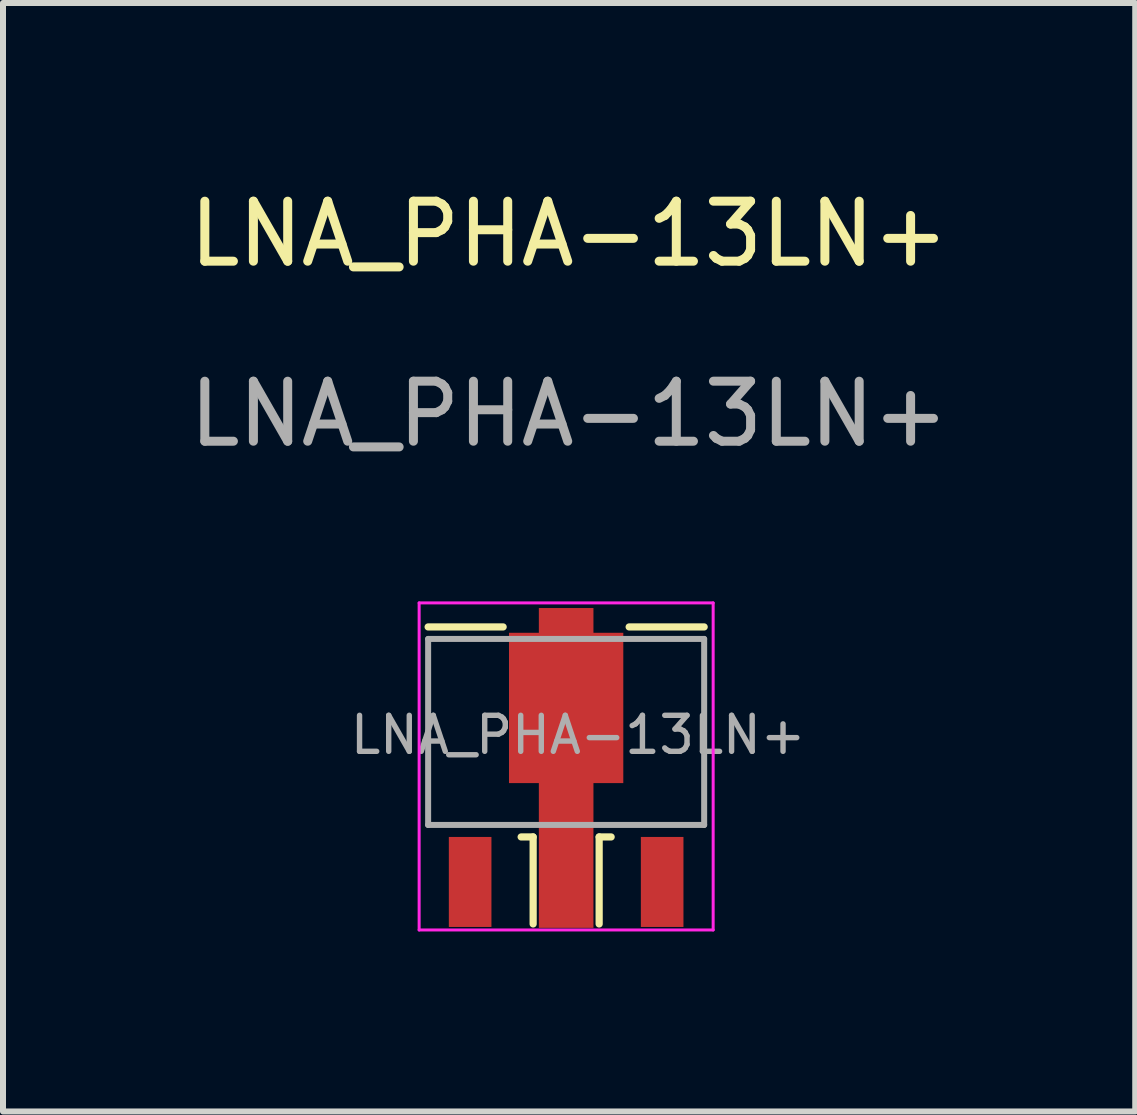
<source format=kicad_pcb>
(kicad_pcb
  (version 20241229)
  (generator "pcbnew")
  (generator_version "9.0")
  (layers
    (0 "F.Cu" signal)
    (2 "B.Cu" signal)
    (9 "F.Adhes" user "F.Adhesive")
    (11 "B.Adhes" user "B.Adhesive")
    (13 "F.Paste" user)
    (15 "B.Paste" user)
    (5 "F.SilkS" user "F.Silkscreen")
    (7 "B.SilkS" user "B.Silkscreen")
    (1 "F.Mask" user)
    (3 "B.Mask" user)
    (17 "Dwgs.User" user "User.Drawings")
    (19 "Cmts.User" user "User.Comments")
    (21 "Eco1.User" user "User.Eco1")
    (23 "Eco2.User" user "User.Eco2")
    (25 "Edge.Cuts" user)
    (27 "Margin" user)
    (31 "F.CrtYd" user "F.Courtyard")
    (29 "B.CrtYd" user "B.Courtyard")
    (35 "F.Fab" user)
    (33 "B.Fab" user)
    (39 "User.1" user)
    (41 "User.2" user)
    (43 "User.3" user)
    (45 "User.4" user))
  (footprint "LNA_PHA-13LN+"
    (layer "F.Cu")
    (at 6.435 1.348)
    (property "Reference" "LNA_PHA-13LN+" (at 0 -0.5 0) (unlocked yes) (layer "F.SilkS") (effects (font (size 1 1) (thickness 0.15))))
    (attr smd)
    (fp_line (start -2.35 6.05) (end -1.1 6.05) (stroke (width 0.12) (type solid)) (layer "F.SilkS"))
    (fp_line (start -0.8 9.55) (end -0.6 9.55) (stroke (width 0.12) (type solid)) (layer "F.SilkS"))
    (fp_line (start -0.6 11) (end -0.6 9.55) (stroke (width 0.12) (type solid)) (layer "F.SilkS"))
    (fp_line (start 0.5 9.55) (end 0.7 9.55) (stroke (width 0.12) (type solid)) (layer "F.SilkS"))
    (fp_line (start 0.5 11) (end 0.5 9.55) (stroke (width 0.12) (type solid)) (layer "F.SilkS"))
    (fp_line (start 1 6.05) (end 2.25 6.05) (stroke (width 0.12) (type solid)) (layer "F.SilkS"))
    (fp_line (start -2.5 5.65) (end -2.5 11.1) (stroke (width 0.05) (type solid)) (layer "F.CrtYd"))
    (fp_line (start 2.4 5.65) (end -2.5 5.65) (stroke (width 0.05) (type solid)) (layer "F.CrtYd"))
    (fp_line (start 2.4 5.65) (end 2.4 11.1) (stroke (width 0.05) (type solid)) (layer "F.CrtYd"))
    (fp_line (start 2.4 11.1) (end -2.5 11.1) (stroke (width 0.05) (type solid)) (layer "F.CrtYd"))
    (fp_line (start -2.35 6.25) (end -2.35 9.35) (stroke (width 0.1) (type solid)) (layer "F.Fab"))
    (fp_line (start -2.35 6.25) (end 2.25 6.25) (stroke (width 0.1) (type solid)) (layer "F.Fab"))
    (fp_line (start -2.35 9.35) (end 2.25 9.35) (stroke (width 0.1) (type solid)) (layer "F.Fab"))
    (fp_line (start 2.25 6.25) (end 2.25 9.35) (stroke (width 0.1) (type solid)) (layer "F.Fab"))
    (fp_text user "${REFERENCE}" (at 0.15 7.85 0) (layer "F.Fab") (effects (font (size 0.6 0.6) (thickness 0.09))))
    (fp_text user "${REFERENCE}" (at 0 2.5 0) (unlocked yes) (layer "F.Fab") (effects (font (size 1 1) (thickness 0.15))))
    (pad "1" smd rect (at -1.65 10.3) (size 0.71 1.5) (layers "F.Cu" "F.Mask" "F.Paste"))
    (pad "2" smd rect (at -0.05 8.4) (size 0.91 5.33) (layers "F.Cu" "F.Mask" "F.Paste"))
    (pad "3" smd rect (at 1.55 10.3) (size 0.71 1.5) (layers "F.Cu" "F.Mask" "F.Paste"))
    (pad "4" smd rect (at -0.05 7.4) (size 1.905 2.505) (layers "F.Cu" "F.Mask" "F.Paste")))
  (gr_rect
    (start -3 -3)
    (end 15.869 15.473)
    (stroke (width 0.1) (type default))
    (fill no)
    (layer "Edge.Cuts")))
</source>
